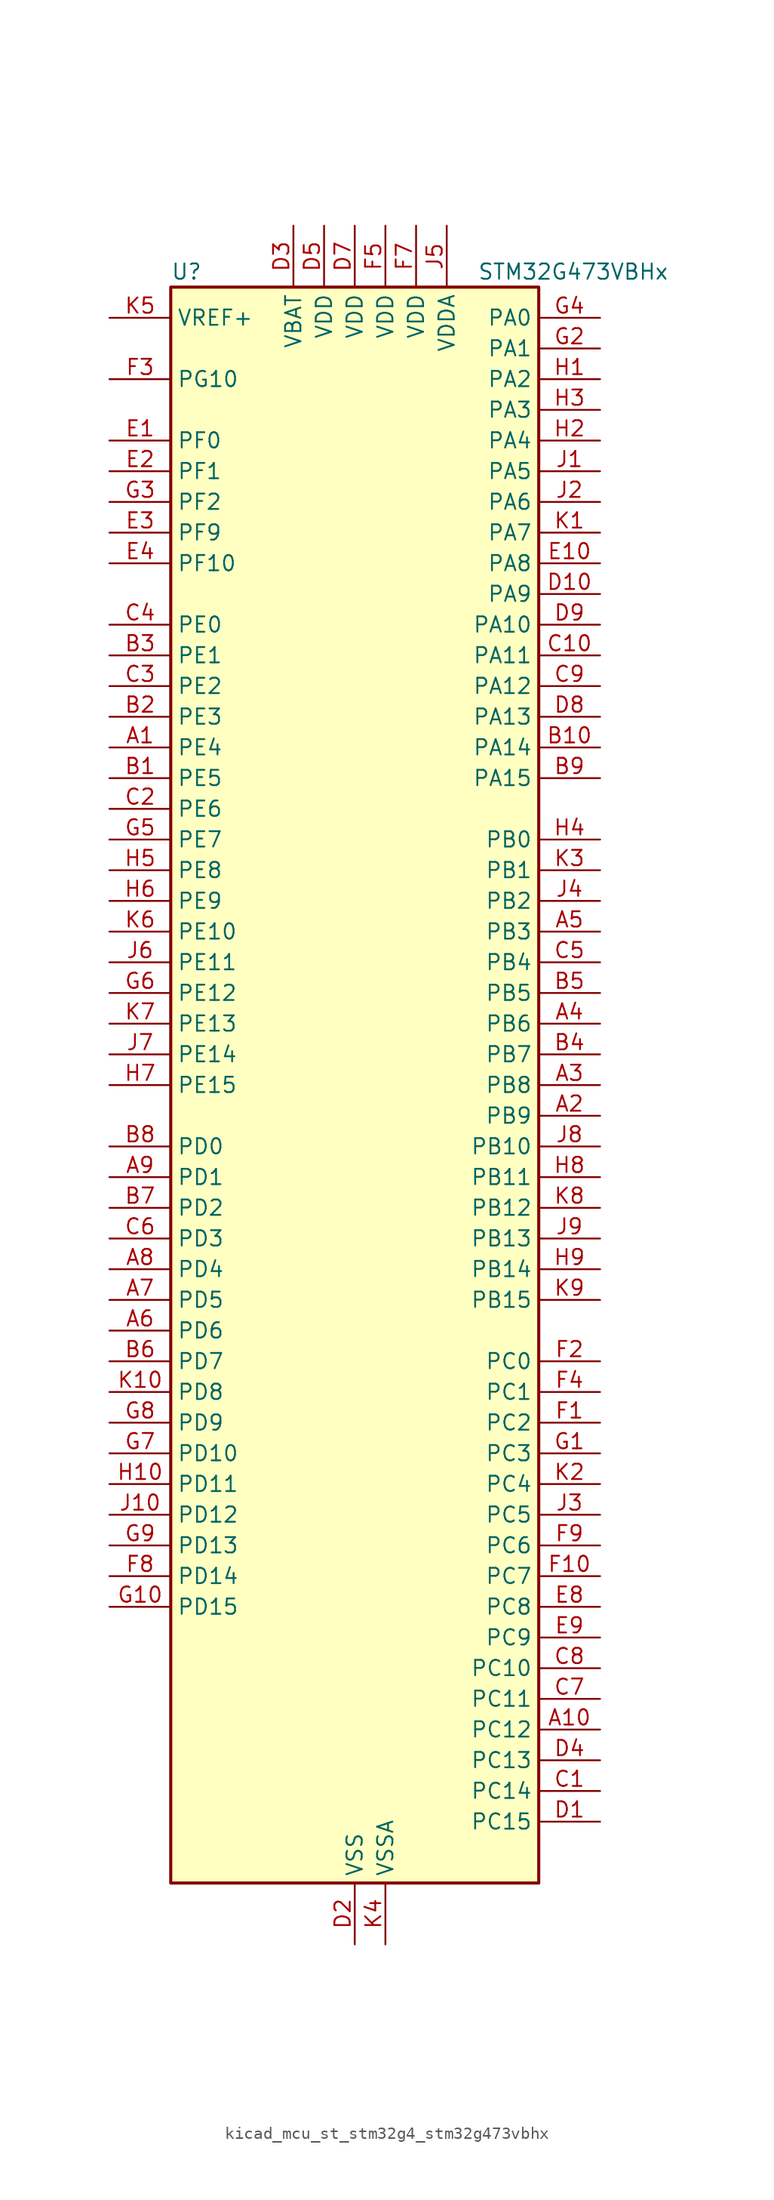
<source format=kicad_sym>
(kicad_symbol_lib
  (version 20220914)
  (generator kicad_symbol_editor)
  (symbol "kicad_mcu_st_stm32g4_stm32g473vbhx"
    (property "Reference" "U"
      (at -15.24 67.31 0)
      (effects (font (size 1.27 1.27)) (justify left)))
    (property "Value" "STM32G473VBHx"
      (at 10.16 67.31 0)
      (effects (font (size 1.27 1.27)) (justify left)))
    (property "ki_locked" ""
      (at 0 0 0)
      (effects (font (size 1.27 1.27))))
    (symbol "kicad_mcu_st_stm32g4_stm32g473vbhx_0_1"
      (rectangle (start -15.24 -66.04) (end 15.24 66.04) (stroke (width 0.254) (type default)) (fill (type background))))
    (symbol "kicad_mcu_st_stm32g4_stm32g473vbhx_1_1"
      (pin bidirectional line (at -20.32 27.94 0) (length 5.08) (name "PE4" (effects (font (size 1.27 1.27)))) (number "A1" (effects (font (size 1.27 1.27)))) (alternate "FMC_A20" bidirectional line) (alternate "SAI1_D2" bidirectional line) (alternate "SAI1_FS_A" bidirectional line) (alternate "SPI4_NSS" bidirectional line) (alternate "SYS_TRACED1" bidirectional line) (alternate "TIM20_CH1N" bidirectional line) (alternate "TIM3_CH3" bidirectional line))
      (pin bidirectional line (at 20.32 -53.34 180) (length 5.08) (name "PC12" (effects (font (size 1.27 1.27)))) (number "A10" (effects (font (size 1.27 1.27)))) (alternate "I2S3_SD" bidirectional line) (alternate "SPI3_MOSI" bidirectional line) (alternate "TIM5_CH2" bidirectional line) (alternate "TIM8_CH3N" bidirectional line) (alternate "UART5_TX" bidirectional line) (alternate "UCPD1_FRSTX1" bidirectional line) (alternate "UCPD1_FRSTX2" bidirectional line) (alternate "USART3_CK" bidirectional line))
      (pin bidirectional line (at 20.32 -2.54 180) (length 5.08) (name "PB9" (effects (font (size 1.27 1.27)))) (number "A2" (effects (font (size 1.27 1.27)))) (alternate "COMP2_OUT" bidirectional line) (alternate "DAC1_EXTI9" bidirectional line) (alternate "DAC2_EXTI9" bidirectional line) (alternate "DAC3_EXTI9" bidirectional line) (alternate "DAC4_EXTI9" bidirectional line) (alternate "FDCAN1_TX" bidirectional line) (alternate "I2C1_SDA" bidirectional line) (alternate "IR_OUT" bidirectional line) (alternate "SAI1_D2" bidirectional line) (alternate "SAI1_FS_A" bidirectional line) (alternate "TIM17_CH1" bidirectional line) (alternate "TIM1_CH3N" bidirectional line) (alternate "TIM4_CH4" bidirectional line) (alternate "TIM8_CH3" bidirectional line) (alternate "USART3_TX" bidirectional line))
      (pin bidirectional line (at 20.32 0 180) (length 5.08) (name "PB8" (effects (font (size 1.27 1.27)))) (number "A3" (effects (font (size 1.27 1.27)))) (alternate "COMP1_OUT" bidirectional line) (alternate "FDCAN1_RX" bidirectional line) (alternate "I2C1_SCL" bidirectional line) (alternate "SAI1_CK1" bidirectional line) (alternate "SAI1_MCLK_A" bidirectional line) (alternate "TIM16_CH1" bidirectional line) (alternate "TIM1_BKIN" bidirectional line) (alternate "TIM4_CH3" bidirectional line) (alternate "TIM8_CH2" bidirectional line) (alternate "USART3_RX" bidirectional line))
      (pin bidirectional line (at 20.32 5.08 180) (length 5.08) (name "PB6" (effects (font (size 1.27 1.27)))) (number "A4" (effects (font (size 1.27 1.27)))) (alternate "COMP4_OUT" bidirectional line) (alternate "FDCAN2_TX" bidirectional line) (alternate "LPTIM1_ETR" bidirectional line) (alternate "SAI1_FS_B" bidirectional line) (alternate "TIM16_CH1N" bidirectional line) (alternate "TIM4_CH1" bidirectional line) (alternate "TIM8_BKIN2" bidirectional line) (alternate "TIM8_CH1" bidirectional line) (alternate "TIM8_ETR" bidirectional line) (alternate "UCPD1_CC1" bidirectional line) (alternate "USART1_TX" bidirectional line))
      (pin bidirectional line (at 20.32 12.7 180) (length 5.08) (name "PB3" (effects (font (size 1.27 1.27)))) (number "A5" (effects (font (size 1.27 1.27)))) (alternate "ADC3_EXTI3" bidirectional line) (alternate "ADC4_EXTI3" bidirectional line) (alternate "ADC5_EXTI3" bidirectional line) (alternate "CRS_SYNC" bidirectional line) (alternate "FDCAN3_RX" bidirectional line) (alternate "I2S3_CK" bidirectional line) (alternate "SAI1_SCK_B" bidirectional line) (alternate "SPI1_SCK" bidirectional line) (alternate "SPI3_SCK" bidirectional line) (alternate "SYS_JTDO-SWO" bidirectional line) (alternate "TIM2_CH2" bidirectional line) (alternate "TIM3_ETR" bidirectional line) (alternate "TIM4_ETR" bidirectional line) (alternate "TIM8_CH1N" bidirectional line) (alternate "USART2_TX" bidirectional line))
      (pin bidirectional line (at -20.32 -20.32 0) (length 5.08) (name "PD6" (effects (font (size 1.27 1.27)))) (number "A6" (effects (font (size 1.27 1.27)))) (alternate "FMC_NWAIT" bidirectional line) (alternate "QUADSPI1_BK2_IO2" bidirectional line) (alternate "SAI1_D1" bidirectional line) (alternate "SAI1_SD_A" bidirectional line) (alternate "TIM2_CH4" bidirectional line) (alternate "USART2_RX" bidirectional line))
      (pin bidirectional line (at -20.32 -17.78 0) (length 5.08) (name "PD5" (effects (font (size 1.27 1.27)))) (number "A7" (effects (font (size 1.27 1.27)))) (alternate "FMC_NWE" bidirectional line) (alternate "QUADSPI1_BK2_IO1" bidirectional line) (alternate "USART2_TX" bidirectional line))
      (pin bidirectional line (at -20.32 -15.24 0) (length 5.08) (name "PD4" (effects (font (size 1.27 1.27)))) (number "A8" (effects (font (size 1.27 1.27)))) (alternate "FMC_NOE" bidirectional line) (alternate "QUADSPI1_BK2_IO0" bidirectional line) (alternate "TIM2_CH2" bidirectional line) (alternate "USART2_DE" bidirectional line) (alternate "USART2_RTS" bidirectional line))
      (pin bidirectional line (at -20.32 -7.62 0) (length 5.08) (name "PD1" (effects (font (size 1.27 1.27)))) (number "A9" (effects (font (size 1.27 1.27)))) (alternate "FDCAN1_TX" bidirectional line) (alternate "FMC_D3" bidirectional line) (alternate "FMC_DA3" bidirectional line) (alternate "TIM8_BKIN2" bidirectional line) (alternate "TIM8_CH4" bidirectional line))
      (pin bidirectional line (at -20.32 25.4 0) (length 5.08) (name "PE5" (effects (font (size 1.27 1.27)))) (number "B1" (effects (font (size 1.27 1.27)))) (alternate "FMC_A21" bidirectional line) (alternate "SAI1_CK2" bidirectional line) (alternate "SAI1_SCK_A" bidirectional line) (alternate "SPI4_MISO" bidirectional line) (alternate "SYS_TRACED2" bidirectional line) (alternate "TIM20_CH2N" bidirectional line) (alternate "TIM3_CH4" bidirectional line))
      (pin bidirectional line (at 20.32 27.94 180) (length 5.08) (name "PA14" (effects (font (size 1.27 1.27)))) (number "B10" (effects (font (size 1.27 1.27)))) (alternate "I2C1_SDA" bidirectional line) (alternate "I2C4_SMBA" bidirectional line) (alternate "LPTIM1_OUT" bidirectional line) (alternate "SAI1_FS_B" bidirectional line) (alternate "SYS_JTCK-SWCLK" bidirectional line) (alternate "TIM1_BKIN" bidirectional line) (alternate "TIM8_CH2" bidirectional line) (alternate "USART2_TX" bidirectional line))
      (pin bidirectional line (at -20.32 30.48 0) (length 5.08) (name "PE3" (effects (font (size 1.27 1.27)))) (number "B2" (effects (font (size 1.27 1.27)))) (alternate "ADC3_EXTI3" bidirectional line) (alternate "ADC4_EXTI3" bidirectional line) (alternate "ADC5_EXTI3" bidirectional line) (alternate "FMC_A19" bidirectional line) (alternate "SAI1_SD_B" bidirectional line) (alternate "SPI4_NSS" bidirectional line) (alternate "SYS_TRACED0" bidirectional line) (alternate "TIM20_CH2" bidirectional line) (alternate "TIM3_CH2" bidirectional line))
      (pin bidirectional line (at -20.32 35.56 0) (length 5.08) (name "PE1" (effects (font (size 1.27 1.27)))) (number "B3" (effects (font (size 1.27 1.27)))) (alternate "FMC_NBL1" bidirectional line) (alternate "TIM17_CH1" bidirectional line) (alternate "TIM20_CH4" bidirectional line) (alternate "USART1_RX" bidirectional line))
      (pin bidirectional line (at 20.32 2.54 180) (length 5.08) (name "PB7" (effects (font (size 1.27 1.27)))) (number "B4" (effects (font (size 1.27 1.27)))) (alternate "COMP3_OUT" bidirectional line) (alternate "FMC_NL" bidirectional line) (alternate "I2C1_SDA" bidirectional line) (alternate "I2C4_SDA" bidirectional line) (alternate "LPTIM1_IN2" bidirectional line) (alternate "SYS_PVD_IN" bidirectional line) (alternate "TIM17_CH1N" bidirectional line) (alternate "TIM3_CH4" bidirectional line) (alternate "TIM4_CH2" bidirectional line) (alternate "TIM8_BKIN" bidirectional line) (alternate "UART4_CTS" bidirectional line) (alternate "USART1_RX" bidirectional line))
      (pin bidirectional line (at 20.32 7.62 180) (length 5.08) (name "PB5" (effects (font (size 1.27 1.27)))) (number "B5" (effects (font (size 1.27 1.27)))) (alternate "FDCAN2_RX" bidirectional line) (alternate "I2C1_SMBA" bidirectional line) (alternate "I2C3_SDA" bidirectional line) (alternate "I2S3_SD" bidirectional line) (alternate "LPTIM1_IN1" bidirectional line) (alternate "SAI1_SD_B" bidirectional line) (alternate "SPI1_MOSI" bidirectional line) (alternate "SPI3_MOSI" bidirectional line) (alternate "TIM16_BKIN" bidirectional line) (alternate "TIM17_CH1" bidirectional line) (alternate "TIM3_CH2" bidirectional line) (alternate "TIM8_CH3N" bidirectional line) (alternate "UART5_CTS" bidirectional line) (alternate "USART2_CK" bidirectional line))
      (pin bidirectional line (at -20.32 -22.86 0) (length 5.08) (name "PD7" (effects (font (size 1.27 1.27)))) (number "B6" (effects (font (size 1.27 1.27)))) (alternate "FMC_NCE" bidirectional line) (alternate "FMC_NE1" bidirectional line) (alternate "QUADSPI1_BK2_IO3" bidirectional line) (alternate "TIM2_CH3" bidirectional line) (alternate "USART2_CK" bidirectional line))
      (pin bidirectional line (at -20.32 -10.16 0) (length 5.08) (name "PD2" (effects (font (size 1.27 1.27)))) (number "B7" (effects (font (size 1.27 1.27)))) (alternate "ADC3_EXTI2" bidirectional line) (alternate "ADC4_EXTI2" bidirectional line) (alternate "ADC5_EXTI2" bidirectional line) (alternate "TIM3_ETR" bidirectional line) (alternate "TIM8_BKIN" bidirectional line) (alternate "UART5_RX" bidirectional line))
      (pin bidirectional line (at -20.32 -5.08 0) (length 5.08) (name "PD0" (effects (font (size 1.27 1.27)))) (number "B8" (effects (font (size 1.27 1.27)))) (alternate "FDCAN1_RX" bidirectional line) (alternate "FMC_D2" bidirectional line) (alternate "FMC_DA2" bidirectional line) (alternate "TIM8_CH4N" bidirectional line))
      (pin bidirectional line (at 20.32 25.4 180) (length 5.08) (name "PA15" (effects (font (size 1.27 1.27)))) (number "B9" (effects (font (size 1.27 1.27)))) (alternate "ADC1_EXTI15" bidirectional line) (alternate "ADC2_EXTI15" bidirectional line) (alternate "FDCAN3_TX" bidirectional line) (alternate "I2C1_SCL" bidirectional line) (alternate "I2S3_WS" bidirectional line) (alternate "SPI1_NSS" bidirectional line) (alternate "SPI3_NSS" bidirectional line) (alternate "SYS_JTDI" bidirectional line) (alternate "TIM1_BKIN" bidirectional line) (alternate "TIM2_CH1" bidirectional line) (alternate "TIM2_ETR" bidirectional line) (alternate "TIM8_CH1" bidirectional line) (alternate "UART4_DE" bidirectional line) (alternate "UART4_RTS" bidirectional line) (alternate "USART2_RX" bidirectional line))
      (pin bidirectional line (at 20.32 -58.42 180) (length 5.08) (name "PC14" (effects (font (size 1.27 1.27)))) (number "C1" (effects (font (size 1.27 1.27)))) (alternate "RCC_OSC32_IN" bidirectional line))
      (pin bidirectional line (at 20.32 35.56 180) (length 5.08) (name "PA11" (effects (font (size 1.27 1.27)))) (number "C10" (effects (font (size 1.27 1.27)))) (alternate "ADC1_EXTI11" bidirectional line) (alternate "ADC2_EXTI11" bidirectional line) (alternate "COMP1_OUT" bidirectional line) (alternate "FDCAN1_RX" bidirectional line) (alternate "I2S2_SD" bidirectional line) (alternate "SPI2_MOSI" bidirectional line) (alternate "TIM1_BKIN2" bidirectional line) (alternate "TIM1_CH1N" bidirectional line) (alternate "TIM1_CH4" bidirectional line) (alternate "TIM4_CH1" bidirectional line) (alternate "USART1_CTS" bidirectional line) (alternate "USART1_NSS" bidirectional line) (alternate "USB_DM" bidirectional line))
      (pin bidirectional line (at -20.32 22.86 0) (length 5.08) (name "PE6" (effects (font (size 1.27 1.27)))) (number "C2" (effects (font (size 1.27 1.27)))) (alternate "FMC_A22" bidirectional line) (alternate "RTC_TAMP3" bidirectional line) (alternate "SAI1_D1" bidirectional line) (alternate "SAI1_SD_A" bidirectional line) (alternate "SPI4_MOSI" bidirectional line) (alternate "SYS_TRACED3" bidirectional line) (alternate "SYS_WKUP3" bidirectional line) (alternate "TIM20_CH3N" bidirectional line))
      (pin bidirectional line (at -20.32 33.02 0) (length 5.08) (name "PE2" (effects (font (size 1.27 1.27)))) (number "C3" (effects (font (size 1.27 1.27)))) (alternate "ADC3_EXTI2" bidirectional line) (alternate "ADC4_EXTI2" bidirectional line) (alternate "ADC5_EXTI2" bidirectional line) (alternate "FMC_A23" bidirectional line) (alternate "SAI1_CK1" bidirectional line) (alternate "SAI1_MCLK_A" bidirectional line) (alternate "SPI4_SCK" bidirectional line) (alternate "SYS_TRACECLK" bidirectional line) (alternate "TIM20_CH1" bidirectional line) (alternate "TIM3_CH1" bidirectional line))
      (pin bidirectional line (at -20.32 38.1 0) (length 5.08) (name "PE0" (effects (font (size 1.27 1.27)))) (number "C4" (effects (font (size 1.27 1.27)))) (alternate "FMC_NBL0" bidirectional line) (alternate "TIM16_CH1" bidirectional line) (alternate "TIM20_CH4N" bidirectional line) (alternate "TIM20_ETR" bidirectional line) (alternate "TIM4_ETR" bidirectional line) (alternate "USART1_TX" bidirectional line))
      (pin bidirectional line (at 20.32 10.16 180) (length 5.08) (name "PB4" (effects (font (size 1.27 1.27)))) (number "C5" (effects (font (size 1.27 1.27)))) (alternate "FDCAN3_TX" bidirectional line) (alternate "SAI1_MCLK_B" bidirectional line) (alternate "SPI1_MISO" bidirectional line) (alternate "SPI3_MISO" bidirectional line) (alternate "SYS_JTRST" bidirectional line) (alternate "TIM16_CH1" bidirectional line) (alternate "TIM17_BKIN" bidirectional line) (alternate "TIM3_CH1" bidirectional line) (alternate "TIM8_CH2N" bidirectional line) (alternate "UART5_DE" bidirectional line) (alternate "UART5_RTS" bidirectional line) (alternate "UCPD1_CC2" bidirectional line) (alternate "USART2_RX" bidirectional line))
      (pin bidirectional line (at -20.32 -12.7 0) (length 5.08) (name "PD3" (effects (font (size 1.27 1.27)))) (number "C6" (effects (font (size 1.27 1.27)))) (alternate "ADC3_EXTI3" bidirectional line) (alternate "ADC4_EXTI3" bidirectional line) (alternate "ADC5_EXTI3" bidirectional line) (alternate "FMC_CLK" bidirectional line) (alternate "QUADSPI1_BK2_NCS" bidirectional line) (alternate "TIM2_CH1" bidirectional line) (alternate "TIM2_ETR" bidirectional line) (alternate "USART2_CTS" bidirectional line) (alternate "USART2_NSS" bidirectional line))
      (pin bidirectional line (at 20.32 -50.8 180) (length 5.08) (name "PC11" (effects (font (size 1.27 1.27)))) (number "C7" (effects (font (size 1.27 1.27)))) (alternate "ADC1_EXTI11" bidirectional line) (alternate "ADC2_EXTI11" bidirectional line) (alternate "I2C3_SDA" bidirectional line) (alternate "SPI3_MISO" bidirectional line) (alternate "TIM8_CH2N" bidirectional line) (alternate "UART4_RX" bidirectional line) (alternate "USART3_RX" bidirectional line))
      (pin bidirectional line (at 20.32 -48.26 180) (length 5.08) (name "PC10" (effects (font (size 1.27 1.27)))) (number "C8" (effects (font (size 1.27 1.27)))) (alternate "DAC1_EXTI10" bidirectional line) (alternate "DAC2_EXTI10" bidirectional line) (alternate "DAC3_EXTI10" bidirectional line) (alternate "DAC4_EXTI10" bidirectional line) (alternate "I2S3_CK" bidirectional line) (alternate "SPI3_SCK" bidirectional line) (alternate "TIM8_CH1N" bidirectional line) (alternate "UART4_TX" bidirectional line) (alternate "USART3_TX" bidirectional line))
      (pin bidirectional line (at 20.32 33.02 180) (length 5.08) (name "PA12" (effects (font (size 1.27 1.27)))) (number "C9" (effects (font (size 1.27 1.27)))) (alternate "COMP2_OUT" bidirectional line) (alternate "FDCAN1_TX" bidirectional line) (alternate "I2S_CKIN" bidirectional line) (alternate "TIM16_CH1" bidirectional line) (alternate "TIM1_CH2N" bidirectional line) (alternate "TIM1_ETR" bidirectional line) (alternate "TIM4_CH2" bidirectional line) (alternate "USART1_DE" bidirectional line) (alternate "USART1_RTS" bidirectional line) (alternate "USB_DP" bidirectional line))
      (pin bidirectional line (at 20.32 -60.96 180) (length 5.08) (name "PC15" (effects (font (size 1.27 1.27)))) (number "D1" (effects (font (size 1.27 1.27)))) (alternate "ADC1_EXTI15" bidirectional line) (alternate "ADC2_EXTI15" bidirectional line) (alternate "RCC_OSC32_OUT" bidirectional line))
      (pin bidirectional line (at 20.32 40.64 180) (length 5.08) (name "PA9" (effects (font (size 1.27 1.27)))) (number "D10" (effects (font (size 1.27 1.27)))) (alternate "ADC5_IN2" bidirectional line) (alternate "COMP5_OUT" bidirectional line) (alternate "DAC1_EXTI9" bidirectional line) (alternate "DAC2_EXTI9" bidirectional line) (alternate "DAC3_EXTI9" bidirectional line) (alternate "DAC4_EXTI9" bidirectional line) (alternate "I2C2_SCL" bidirectional line) (alternate "I2C3_SMBA" bidirectional line) (alternate "I2S3_MCK" bidirectional line) (alternate "SAI1_FS_A" bidirectional line) (alternate "TIM15_BKIN" bidirectional line) (alternate "TIM1_CH2" bidirectional line) (alternate "TIM2_CH3" bidirectional line) (alternate "UCPD1_DBCC1" bidirectional line) (alternate "USART1_TX" bidirectional line))
      (pin power_in line (at 0 -71.12 90) (length 5.08) (name "VSS" (effects (font (size 1.27 1.27)))) (number "D2" (effects (font (size 1.27 1.27)))))
      (pin power_in line (at -5.08 71.12 270) (length 5.08) (name "VBAT" (effects (font (size 1.27 1.27)))) (number "D3" (effects (font (size 1.27 1.27)))))
      (pin bidirectional line (at 20.32 -55.88 180) (length 5.08) (name "PC13" (effects (font (size 1.27 1.27)))) (number "D4" (effects (font (size 1.27 1.27)))) (alternate "RTC_OUT1" bidirectional line) (alternate "RTC_TAMP1" bidirectional line) (alternate "RTC_TS" bidirectional line) (alternate "SYS_WKUP2" bidirectional line) (alternate "TIM1_BKIN" bidirectional line) (alternate "TIM1_CH1N" bidirectional line) (alternate "TIM8_CH4N" bidirectional line))
      (pin power_in line (at -2.54 71.12 270) (length 5.08) (name "VDD" (effects (font (size 1.27 1.27)))) (number "D5" (effects (font (size 1.27 1.27)))))
      (pin passive line (at 0 -71.12 90) (length 5.08) hide (name "VSS" (effects (font (size 1.27 1.27)))) (number "D6" (effects (font (size 1.27 1.27)))))
      (pin power_in line (at 0 71.12 270) (length 5.08) (name "VDD" (effects (font (size 1.27 1.27)))) (number "D7" (effects (font (size 1.27 1.27)))))
      (pin bidirectional line (at 20.32 30.48 180) (length 5.08) (name "PA13" (effects (font (size 1.27 1.27)))) (number "D8" (effects (font (size 1.27 1.27)))) (alternate "I2C1_SCL" bidirectional line) (alternate "I2C4_SCL" bidirectional line) (alternate "IR_OUT" bidirectional line) (alternate "SAI1_SD_B" bidirectional line) (alternate "SYS_JTMS-SWDIO" bidirectional line) (alternate "TIM16_CH1N" bidirectional line) (alternate "TIM4_CH3" bidirectional line) (alternate "USART3_CTS" bidirectional line) (alternate "USART3_NSS" bidirectional line))
      (pin bidirectional line (at 20.32 38.1 180) (length 5.08) (name "PA10" (effects (font (size 1.27 1.27)))) (number "D9" (effects (font (size 1.27 1.27)))) (alternate "COMP6_OUT" bidirectional line) (alternate "CRS_SYNC" bidirectional line) (alternate "DAC1_EXTI10" bidirectional line) (alternate "DAC2_EXTI10" bidirectional line) (alternate "DAC3_EXTI10" bidirectional line) (alternate "DAC4_EXTI10" bidirectional line) (alternate "I2C2_SMBA" bidirectional line) (alternate "SAI1_D1" bidirectional line) (alternate "SAI1_SD_A" bidirectional line) (alternate "SPI2_MISO" bidirectional line) (alternate "TIM17_BKIN" bidirectional line) (alternate "TIM1_CH3" bidirectional line) (alternate "TIM2_CH4" bidirectional line) (alternate "TIM8_BKIN" bidirectional line) (alternate "UCPD1_DBCC2" bidirectional line) (alternate "USART1_RX" bidirectional line))
      (pin bidirectional line (at -20.32 53.34 0) (length 5.08) (name "PF0" (effects (font (size 1.27 1.27)))) (number "E1" (effects (font (size 1.27 1.27)))) (alternate "ADC1_IN10" bidirectional line) (alternate "I2C2_SDA" bidirectional line) (alternate "I2S2_WS" bidirectional line) (alternate "RCC_OSC_IN" bidirectional line) (alternate "SPI2_NSS" bidirectional line) (alternate "TIM1_CH3N" bidirectional line))
      (pin bidirectional line (at 20.32 43.18 180) (length 5.08) (name "PA8" (effects (font (size 1.27 1.27)))) (number "E10" (effects (font (size 1.27 1.27)))) (alternate "ADC5_IN1" bidirectional line) (alternate "COMP7_OUT" bidirectional line) (alternate "FDCAN3_RX" bidirectional line) (alternate "I2C2_SDA" bidirectional line) (alternate "I2C3_SCL" bidirectional line) (alternate "I2S2_MCK" bidirectional line) (alternate "OPAMP5_VOUT" bidirectional line) (alternate "RCC_MCO" bidirectional line) (alternate "SAI1_CK2" bidirectional line) (alternate "SAI1_SCK_A" bidirectional line) (alternate "TIM1_CH1" bidirectional line) (alternate "TIM4_ETR" bidirectional line) (alternate "USART1_CK" bidirectional line))
      (pin bidirectional line (at -20.32 50.8 0) (length 5.08) (name "PF1" (effects (font (size 1.27 1.27)))) (number "E2" (effects (font (size 1.27 1.27)))) (alternate "ADC2_IN10" bidirectional line) (alternate "COMP3_INM" bidirectional line) (alternate "I2S2_CK" bidirectional line) (alternate "RCC_OSC_OUT" bidirectional line) (alternate "SPI2_SCK" bidirectional line))
      (pin bidirectional line (at -20.32 45.72 0) (length 5.08) (name "PF9" (effects (font (size 1.27 1.27)))) (number "E3" (effects (font (size 1.27 1.27)))) (alternate "DAC1_EXTI9" bidirectional line) (alternate "DAC2_EXTI9" bidirectional line) (alternate "DAC3_EXTI9" bidirectional line) (alternate "DAC4_EXTI9" bidirectional line) (alternate "FMC_A25" bidirectional line) (alternate "QUADSPI1_BK1_IO1" bidirectional line) (alternate "SAI1_FS_B" bidirectional line) (alternate "SPI2_SCK" bidirectional line) (alternate "TIM15_CH1" bidirectional line) (alternate "TIM20_BKIN" bidirectional line) (alternate "TIM5_CH4" bidirectional line))
      (pin bidirectional line (at -20.32 43.18 0) (length 5.08) (name "PF10" (effects (font (size 1.27 1.27)))) (number "E4" (effects (font (size 1.27 1.27)))) (alternate "DAC1_EXTI10" bidirectional line) (alternate "DAC2_EXTI10" bidirectional line) (alternate "DAC3_EXTI10" bidirectional line) (alternate "DAC4_EXTI10" bidirectional line) (alternate "FMC_A0" bidirectional line) (alternate "QUADSPI1_CLK" bidirectional line) (alternate "SAI1_D3" bidirectional line) (alternate "SPI2_SCK" bidirectional line) (alternate "TIM15_CH2" bidirectional line) (alternate "TIM20_BKIN2" bidirectional line))
      (pin passive line (at 0 -71.12 90) (length 5.08) hide (name "VSS" (effects (font (size 1.27 1.27)))) (number "E5" (effects (font (size 1.27 1.27)))))
      (pin passive line (at 0 -71.12 90) (length 5.08) hide (name "VSS" (effects (font (size 1.27 1.27)))) (number "E6" (effects (font (size 1.27 1.27)))))
      (pin passive line (at 0 -71.12 90) (length 5.08) hide (name "VSS" (effects (font (size 1.27 1.27)))) (number "E7" (effects (font (size 1.27 1.27)))))
      (pin bidirectional line (at 20.32 -43.18 180) (length 5.08) (name "PC8" (effects (font (size 1.27 1.27)))) (number "E8" (effects (font (size 1.27 1.27)))) (alternate "COMP7_OUT" bidirectional line) (alternate "I2C3_SCL" bidirectional line) (alternate "TIM20_CH3" bidirectional line) (alternate "TIM3_CH3" bidirectional line) (alternate "TIM8_CH3" bidirectional line))
      (pin bidirectional line (at 20.32 -45.72 180) (length 5.08) (name "PC9" (effects (font (size 1.27 1.27)))) (number "E9" (effects (font (size 1.27 1.27)))) (alternate "DAC1_EXTI9" bidirectional line) (alternate "DAC2_EXTI9" bidirectional line) (alternate "DAC3_EXTI9" bidirectional line) (alternate "DAC4_EXTI9" bidirectional line) (alternate "I2C3_SDA" bidirectional line) (alternate "I2S_CKIN" bidirectional line) (alternate "TIM3_CH4" bidirectional line) (alternate "TIM8_BKIN2" bidirectional line) (alternate "TIM8_CH4" bidirectional line))
      (pin bidirectional line (at 20.32 -27.94 180) (length 5.08) (name "PC2" (effects (font (size 1.27 1.27)))) (number "F1" (effects (font (size 1.27 1.27)))) (alternate "ADC1_IN8" bidirectional line) (alternate "ADC2_IN8" bidirectional line) (alternate "ADC3_EXTI2" bidirectional line) (alternate "ADC4_EXTI2" bidirectional line) (alternate "ADC5_EXTI2" bidirectional line) (alternate "COMP3_OUT" bidirectional line) (alternate "LPTIM1_IN2" bidirectional line) (alternate "QUADSPI1_BK2_IO1" bidirectional line) (alternate "TIM1_CH3" bidirectional line) (alternate "TIM20_CH2" bidirectional line))
      (pin bidirectional line (at 20.32 -40.64 180) (length 5.08) (name "PC7" (effects (font (size 1.27 1.27)))) (number "F10" (effects (font (size 1.27 1.27)))) (alternate "COMP5_OUT" bidirectional line) (alternate "I2C4_SDA" bidirectional line) (alternate "I2S3_MCK" bidirectional line) (alternate "TIM3_CH2" bidirectional line) (alternate "TIM8_CH2" bidirectional line))
      (pin bidirectional line (at 20.32 -22.86 180) (length 5.08) (name "PC0" (effects (font (size 1.27 1.27)))) (number "F2" (effects (font (size 1.27 1.27)))) (alternate "ADC1_IN6" bidirectional line) (alternate "ADC2_IN6" bidirectional line) (alternate "COMP3_INM" bidirectional line) (alternate "LPTIM1_IN1" bidirectional line) (alternate "LPUART1_RX" bidirectional line) (alternate "TIM1_CH1" bidirectional line))
      (pin bidirectional line (at -20.32 58.42 0) (length 5.08) (name "PG10" (effects (font (size 1.27 1.27)))) (number "F3" (effects (font (size 1.27 1.27)))) (alternate "DAC1_EXTI10" bidirectional line) (alternate "DAC2_EXTI10" bidirectional line) (alternate "DAC3_EXTI10" bidirectional line) (alternate "DAC4_EXTI10" bidirectional line) (alternate "RCC_MCO" bidirectional line))
      (pin bidirectional line (at 20.32 -25.4 180) (length 5.08) (name "PC1" (effects (font (size 1.27 1.27)))) (number "F4" (effects (font (size 1.27 1.27)))) (alternate "ADC1_IN7" bidirectional line) (alternate "ADC2_IN7" bidirectional line) (alternate "COMP3_INP" bidirectional line) (alternate "LPTIM1_OUT" bidirectional line) (alternate "LPUART1_TX" bidirectional line) (alternate "QUADSPI1_BK2_IO0" bidirectional line) (alternate "SAI1_SD_A" bidirectional line) (alternate "TIM1_CH2" bidirectional line))
      (pin power_in line (at 2.54 71.12 270) (length 5.08) (name "VDD" (effects (font (size 1.27 1.27)))) (number "F5" (effects (font (size 1.27 1.27)))))
      (pin passive line (at 0 -71.12 90) (length 5.08) hide (name "VSS" (effects (font (size 1.27 1.27)))) (number "F6" (effects (font (size 1.27 1.27)))))
      (pin power_in line (at 5.08 71.12 270) (length 5.08) (name "VDD" (effects (font (size 1.27 1.27)))) (number "F7" (effects (font (size 1.27 1.27)))))
      (pin bidirectional line (at -20.32 -40.64 0) (length 5.08) (name "PD14" (effects (font (size 1.27 1.27)))) (number "F8" (effects (font (size 1.27 1.27)))) (alternate "ADC3_IN11" bidirectional line) (alternate "ADC4_IN11" bidirectional line) (alternate "ADC5_IN11" bidirectional line) (alternate "COMP7_INP" bidirectional line) (alternate "FMC_D0" bidirectional line) (alternate "FMC_DA0" bidirectional line) (alternate "OPAMP2_VINP" bidirectional line) (alternate "OPAMP2_VINP_SEC" bidirectional line) (alternate "TIM4_CH3" bidirectional line))
      (pin bidirectional line (at 20.32 -38.1 180) (length 5.08) (name "PC6" (effects (font (size 1.27 1.27)))) (number "F9" (effects (font (size 1.27 1.27)))) (alternate "COMP6_OUT" bidirectional line) (alternate "I2C4_SCL" bidirectional line) (alternate "I2S2_MCK" bidirectional line) (alternate "TIM3_CH1" bidirectional line) (alternate "TIM8_CH1" bidirectional line))
      (pin bidirectional line (at 20.32 -30.48 180) (length 5.08) (name "PC3" (effects (font (size 1.27 1.27)))) (number "G1" (effects (font (size 1.27 1.27)))) (alternate "ADC1_IN9" bidirectional line) (alternate "ADC2_IN9" bidirectional line) (alternate "ADC3_EXTI3" bidirectional line) (alternate "ADC4_EXTI3" bidirectional line) (alternate "ADC5_EXTI3" bidirectional line) (alternate "LPTIM1_ETR" bidirectional line) (alternate "OPAMP5_VINP" bidirectional line) (alternate "OPAMP5_VINP_SEC" bidirectional line) (alternate "QUADSPI1_BK2_IO2" bidirectional line) (alternate "SAI1_D1" bidirectional line) (alternate "SAI1_SD_A" bidirectional line) (alternate "TIM1_BKIN2" bidirectional line) (alternate "TIM1_CH4" bidirectional line))
      (pin bidirectional line (at -20.32 -43.18 0) (length 5.08) (name "PD15" (effects (font (size 1.27 1.27)))) (number "G10" (effects (font (size 1.27 1.27)))) (alternate "ADC1_EXTI15" bidirectional line) (alternate "ADC2_EXTI15" bidirectional line) (alternate "COMP7_INM" bidirectional line) (alternate "FMC_D1" bidirectional line) (alternate "FMC_DA1" bidirectional line) (alternate "SPI2_NSS" bidirectional line) (alternate "TIM4_CH4" bidirectional line))
      (pin bidirectional line (at 20.32 60.96 180) (length 5.08) (name "PA1" (effects (font (size 1.27 1.27)))) (number "G2" (effects (font (size 1.27 1.27)))) (alternate "ADC1_IN2" bidirectional line) (alternate "ADC2_IN2" bidirectional line) (alternate "COMP1_INP" bidirectional line) (alternate "OPAMP1_VINP" bidirectional line) (alternate "OPAMP1_VINP_SEC" bidirectional line) (alternate "OPAMP3_VINP" bidirectional line) (alternate "OPAMP3_VINP_SEC" bidirectional line) (alternate "OPAMP6_VINM" bidirectional line) (alternate "OPAMP6_VINM0" bidirectional line) (alternate "OPAMP6_VINM_SEC" bidirectional line) (alternate "RTC_REFIN" bidirectional line) (alternate "TIM15_CH1N" bidirectional line) (alternate "TIM2_CH2" bidirectional line) (alternate "TIM5_CH2" bidirectional line) (alternate "USART2_DE" bidirectional line) (alternate "USART2_RTS" bidirectional line))
      (pin bidirectional line (at -20.32 48.26 0) (length 5.08) (name "PF2" (effects (font (size 1.27 1.27)))) (number "G3" (effects (font (size 1.27 1.27)))) (alternate "ADC3_EXTI2" bidirectional line) (alternate "ADC4_EXTI2" bidirectional line) (alternate "ADC5_EXTI2" bidirectional line) (alternate "FMC_A2" bidirectional line) (alternate "I2C2_SMBA" bidirectional line) (alternate "TIM20_CH3" bidirectional line))
      (pin bidirectional line (at 20.32 63.5 180) (length 5.08) (name "PA0" (effects (font (size 1.27 1.27)))) (number "G4" (effects (font (size 1.27 1.27)))) (alternate "ADC1_IN1" bidirectional line) (alternate "ADC2_IN1" bidirectional line) (alternate "COMP1_INM" bidirectional line) (alternate "COMP1_OUT" bidirectional line) (alternate "COMP3_INP" bidirectional line) (alternate "RTC_TAMP2" bidirectional line) (alternate "SYS_WKUP1" bidirectional line) (alternate "TIM2_CH1" bidirectional line) (alternate "TIM2_ETR" bidirectional line) (alternate "TIM5_CH1" bidirectional line) (alternate "TIM8_BKIN" bidirectional line) (alternate "TIM8_ETR" bidirectional line) (alternate "USART2_CTS" bidirectional line) (alternate "USART2_NSS" bidirectional line))
      (pin bidirectional line (at -20.32 20.32 0) (length 5.08) (name "PE7" (effects (font (size 1.27 1.27)))) (number "G5" (effects (font (size 1.27 1.27)))) (alternate "ADC3_IN4" bidirectional line) (alternate "COMP4_INP" bidirectional line) (alternate "FMC_D4" bidirectional line) (alternate "FMC_DA4" bidirectional line) (alternate "SAI1_SD_B" bidirectional line) (alternate "TIM1_ETR" bidirectional line))
      (pin bidirectional line (at -20.32 7.62 0) (length 5.08) (name "PE12" (effects (font (size 1.27 1.27)))) (number "G6" (effects (font (size 1.27 1.27)))) (alternate "ADC3_IN16" bidirectional line) (alternate "ADC4_IN16" bidirectional line) (alternate "ADC5_IN16" bidirectional line) (alternate "FMC_D9" bidirectional line) (alternate "FMC_DA9" bidirectional line) (alternate "QUADSPI1_BK1_IO0" bidirectional line) (alternate "SPI4_SCK" bidirectional line) (alternate "TIM1_CH3N" bidirectional line))
      (pin bidirectional line (at -20.32 -30.48 0) (length 5.08) (name "PD10" (effects (font (size 1.27 1.27)))) (number "G7" (effects (font (size 1.27 1.27)))) (alternate "ADC3_IN7" bidirectional line) (alternate "ADC4_IN7" bidirectional line) (alternate "ADC5_IN7" bidirectional line) (alternate "COMP6_INM" bidirectional line) (alternate "DAC1_EXTI10" bidirectional line) (alternate "DAC2_EXTI10" bidirectional line) (alternate "DAC3_EXTI10" bidirectional line) (alternate "DAC4_EXTI10" bidirectional line) (alternate "FMC_D15" bidirectional line) (alternate "FMC_DA15" bidirectional line) (alternate "USART3_CK" bidirectional line))
      (pin bidirectional line (at -20.32 -27.94 0) (length 5.08) (name "PD9" (effects (font (size 1.27 1.27)))) (number "G8" (effects (font (size 1.27 1.27)))) (alternate "ADC4_IN13" bidirectional line) (alternate "ADC5_IN13" bidirectional line) (alternate "DAC1_EXTI9" bidirectional line) (alternate "DAC2_EXTI9" bidirectional line) (alternate "DAC3_EXTI9" bidirectional line) (alternate "DAC4_EXTI9" bidirectional line) (alternate "FMC_D14" bidirectional line) (alternate "FMC_DA14" bidirectional line) (alternate "OPAMP6_VINP" bidirectional line) (alternate "OPAMP6_VINP_SEC" bidirectional line) (alternate "USART3_RX" bidirectional line))
      (pin bidirectional line (at -20.32 -38.1 0) (length 5.08) (name "PD13" (effects (font (size 1.27 1.27)))) (number "G9" (effects (font (size 1.27 1.27)))) (alternate "ADC3_IN10" bidirectional line) (alternate "ADC4_IN10" bidirectional line) (alternate "ADC5_IN10" bidirectional line) (alternate "COMP5_INM" bidirectional line) (alternate "FMC_A18" bidirectional line) (alternate "TIM4_CH2" bidirectional line))
      (pin bidirectional line (at 20.32 58.42 180) (length 5.08) (name "PA2" (effects (font (size 1.27 1.27)))) (number "H1" (effects (font (size 1.27 1.27)))) (alternate "ADC1_IN3" bidirectional line) (alternate "ADC3_EXTI2" bidirectional line) (alternate "ADC4_EXTI2" bidirectional line) (alternate "ADC5_EXTI2" bidirectional line) (alternate "COMP2_INM" bidirectional line) (alternate "COMP2_OUT" bidirectional line) (alternate "LPUART1_TX" bidirectional line) (alternate "OPAMP1_VOUT" bidirectional line) (alternate "QUADSPI1_BK1_NCS" bidirectional line) (alternate "RCC_LSCO" bidirectional line) (alternate "SYS_WKUP4" bidirectional line) (alternate "TIM15_CH1" bidirectional line) (alternate "TIM2_CH3" bidirectional line) (alternate "TIM5_CH3" bidirectional line) (alternate "UCPD1_FRSTX1" bidirectional line) (alternate "UCPD1_FRSTX2" bidirectional line) (alternate "USART2_TX" bidirectional line))
      (pin bidirectional line (at -20.32 -33.02 0) (length 5.08) (name "PD11" (effects (font (size 1.27 1.27)))) (number "H10" (effects (font (size 1.27 1.27)))) (alternate "ADC1_EXTI11" bidirectional line) (alternate "ADC2_EXTI11" bidirectional line) (alternate "ADC3_IN8" bidirectional line) (alternate "ADC4_IN8" bidirectional line) (alternate "ADC5_IN8" bidirectional line) (alternate "COMP6_INP" bidirectional line) (alternate "FMC_A16" bidirectional line) (alternate "FMC_CLE" bidirectional line) (alternate "I2C4_SMBA" bidirectional line) (alternate "OPAMP4_VINP" bidirectional line) (alternate "OPAMP4_VINP_SEC" bidirectional line) (alternate "TIM5_ETR" bidirectional line) (alternate "USART3_CTS" bidirectional line) (alternate "USART3_NSS" bidirectional line))
      (pin bidirectional line (at 20.32 53.34 180) (length 5.08) (name "PA4" (effects (font (size 1.27 1.27)))) (number "H2" (effects (font (size 1.27 1.27)))) (alternate "ADC2_IN17" bidirectional line) (alternate "COMP1_INM" bidirectional line) (alternate "DAC1_OUT1" bidirectional line) (alternate "I2S3_WS" bidirectional line) (alternate "SAI1_FS_B" bidirectional line) (alternate "SPI1_NSS" bidirectional line) (alternate "SPI3_NSS" bidirectional line) (alternate "TIM3_CH2" bidirectional line) (alternate "USART2_CK" bidirectional line))
      (pin bidirectional line (at 20.32 55.88 180) (length 5.08) (name "PA3" (effects (font (size 1.27 1.27)))) (number "H3" (effects (font (size 1.27 1.27)))) (alternate "ADC1_IN4" bidirectional line) (alternate "ADC3_EXTI3" bidirectional line) (alternate "ADC4_EXTI3" bidirectional line) (alternate "ADC5_EXTI3" bidirectional line) (alternate "COMP2_INP" bidirectional line) (alternate "LPUART1_RX" bidirectional line) (alternate "OPAMP1_VINM" bidirectional line) (alternate "OPAMP1_VINM0" bidirectional line) (alternate "OPAMP1_VINM_SEC" bidirectional line) (alternate "OPAMP1_VINP" bidirectional line) (alternate "OPAMP1_VINP_SEC" bidirectional line) (alternate "OPAMP5_VINM" bidirectional line) (alternate "OPAMP5_VINM1" bidirectional line) (alternate "OPAMP5_VINM_SEC" bidirectional line) (alternate "QUADSPI1_CLK" bidirectional line) (alternate "SAI1_CK1" bidirectional line) (alternate "SAI1_MCLK_A" bidirectional line) (alternate "TIM15_CH2" bidirectional line) (alternate "TIM2_CH4" bidirectional line) (alternate "TIM5_CH4" bidirectional line) (alternate "USART2_RX" bidirectional line))
      (pin bidirectional line (at 20.32 20.32 180) (length 5.08) (name "PB0" (effects (font (size 1.27 1.27)))) (number "H4" (effects (font (size 1.27 1.27)))) (alternate "ADC1_IN15" bidirectional line) (alternate "ADC3_IN12" bidirectional line) (alternate "COMP4_INP" bidirectional line) (alternate "OPAMP2_VINP" bidirectional line) (alternate "OPAMP2_VINP_SEC" bidirectional line) (alternate "OPAMP3_VINP" bidirectional line) (alternate "OPAMP3_VINP_SEC" bidirectional line) (alternate "QUADSPI1_BK1_IO1" bidirectional line) (alternate "TIM1_CH2N" bidirectional line) (alternate "TIM3_CH3" bidirectional line) (alternate "TIM8_CH2N" bidirectional line) (alternate "UCPD1_FRSTX1" bidirectional line) (alternate "UCPD1_FRSTX2" bidirectional line))
      (pin bidirectional line (at -20.32 17.78 0) (length 5.08) (name "PE8" (effects (font (size 1.27 1.27)))) (number "H5" (effects (font (size 1.27 1.27)))) (alternate "ADC3_IN6" bidirectional line) (alternate "ADC4_IN6" bidirectional line) (alternate "ADC5_IN6" bidirectional line) (alternate "COMP4_INM" bidirectional line) (alternate "FMC_D5" bidirectional line) (alternate "FMC_DA5" bidirectional line) (alternate "SAI1_SCK_B" bidirectional line) (alternate "TIM1_CH1N" bidirectional line) (alternate "TIM5_CH3" bidirectional line))
      (pin bidirectional line (at -20.32 15.24 0) (length 5.08) (name "PE9" (effects (font (size 1.27 1.27)))) (number "H6" (effects (font (size 1.27 1.27)))) (alternate "ADC3_IN2" bidirectional line) (alternate "DAC1_EXTI9" bidirectional line) (alternate "DAC2_EXTI9" bidirectional line) (alternate "DAC3_EXTI9" bidirectional line) (alternate "DAC4_EXTI9" bidirectional line) (alternate "FMC_D6" bidirectional line) (alternate "FMC_DA6" bidirectional line) (alternate "SAI1_FS_B" bidirectional line) (alternate "TIM1_CH1" bidirectional line) (alternate "TIM5_CH4" bidirectional line))
      (pin bidirectional line (at -20.32 0 0) (length 5.08) (name "PE15" (effects (font (size 1.27 1.27)))) (number "H7" (effects (font (size 1.27 1.27)))) (alternate "ADC1_EXTI15" bidirectional line) (alternate "ADC2_EXTI15" bidirectional line) (alternate "ADC4_IN2" bidirectional line) (alternate "FMC_D12" bidirectional line) (alternate "FMC_DA12" bidirectional line) (alternate "QUADSPI1_BK1_IO3" bidirectional line) (alternate "TIM1_BKIN" bidirectional line) (alternate "TIM1_CH4N" bidirectional line) (alternate "USART3_RX" bidirectional line))
      (pin bidirectional line (at 20.32 -7.62 180) (length 5.08) (name "PB11" (effects (font (size 1.27 1.27)))) (number "H8" (effects (font (size 1.27 1.27)))) (alternate "ADC1_EXTI11" bidirectional line) (alternate "ADC1_IN14" bidirectional line) (alternate "ADC2_EXTI11" bidirectional line) (alternate "ADC2_IN14" bidirectional line) (alternate "COMP6_INP" bidirectional line) (alternate "LPUART1_TX" bidirectional line) (alternate "OPAMP4_VINP" bidirectional line) (alternate "OPAMP4_VINP_SEC" bidirectional line) (alternate "OPAMP6_VOUT" bidirectional line) (alternate "QUADSPI1_BK1_NCS" bidirectional line) (alternate "TIM2_CH4" bidirectional line) (alternate "USART3_RX" bidirectional line))
      (pin bidirectional line (at 20.32 -15.24 180) (length 5.08) (name "PB14" (effects (font (size 1.27 1.27)))) (number "H9" (effects (font (size 1.27 1.27)))) (alternate "ADC1_IN5" bidirectional line) (alternate "ADC4_IN4" bidirectional line) (alternate "COMP4_OUT" bidirectional line) (alternate "COMP7_INP" bidirectional line) (alternate "OPAMP2_VINP" bidirectional line) (alternate "OPAMP2_VINP_SEC" bidirectional line) (alternate "OPAMP5_VINP" bidirectional line) (alternate "OPAMP5_VINP_SEC" bidirectional line) (alternate "SPI2_MISO" bidirectional line) (alternate "TIM15_CH1" bidirectional line) (alternate "TIM1_CH2N" bidirectional line) (alternate "USART3_DE" bidirectional line) (alternate "USART3_RTS" bidirectional line))
      (pin bidirectional line (at 20.32 50.8 180) (length 5.08) (name "PA5" (effects (font (size 1.27 1.27)))) (number "J1" (effects (font (size 1.27 1.27)))) (alternate "ADC2_IN13" bidirectional line) (alternate "COMP2_INM" bidirectional line) (alternate "DAC1_OUT2" bidirectional line) (alternate "OPAMP2_VINM" bidirectional line) (alternate "OPAMP2_VINM0" bidirectional line) (alternate "OPAMP2_VINM_SEC" bidirectional line) (alternate "SPI1_SCK" bidirectional line) (alternate "TIM2_CH1" bidirectional line) (alternate "TIM2_ETR" bidirectional line) (alternate "UCPD1_FRSTX1" bidirectional line) (alternate "UCPD1_FRSTX2" bidirectional line))
      (pin bidirectional line (at -20.32 -35.56 0) (length 5.08) (name "PD12" (effects (font (size 1.27 1.27)))) (number "J10" (effects (font (size 1.27 1.27)))) (alternate "ADC3_IN9" bidirectional line) (alternate "ADC4_IN9" bidirectional line) (alternate "ADC5_IN9" bidirectional line) (alternate "COMP5_INP" bidirectional line) (alternate "FMC_A17" bidirectional line) (alternate "FMC_ALE" bidirectional line) (alternate "OPAMP5_VINP" bidirectional line) (alternate "OPAMP5_VINP_SEC" bidirectional line) (alternate "TIM4_CH1" bidirectional line) (alternate "USART3_DE" bidirectional line) (alternate "USART3_RTS" bidirectional line))
      (pin bidirectional line (at 20.32 48.26 180) (length 5.08) (name "PA6" (effects (font (size 1.27 1.27)))) (number "J2" (effects (font (size 1.27 1.27)))) (alternate "ADC2_IN3" bidirectional line) (alternate "COMP1_OUT" bidirectional line) (alternate "DAC2_OUT1" bidirectional line) (alternate "LPUART1_CTS" bidirectional line) (alternate "OPAMP2_VOUT" bidirectional line) (alternate "QUADSPI1_BK1_IO3" bidirectional line) (alternate "SPI1_MISO" bidirectional line) (alternate "TIM16_CH1" bidirectional line) (alternate "TIM1_BKIN" bidirectional line) (alternate "TIM3_CH1" bidirectional line) (alternate "TIM8_BKIN" bidirectional line))
      (pin bidirectional line (at 20.32 -35.56 180) (length 5.08) (name "PC5" (effects (font (size 1.27 1.27)))) (number "J3" (effects (font (size 1.27 1.27)))) (alternate "ADC2_IN11" bidirectional line) (alternate "OPAMP1_VINM" bidirectional line) (alternate "OPAMP1_VINM1" bidirectional line) (alternate "OPAMP1_VINM_SEC" bidirectional line) (alternate "OPAMP2_VINM" bidirectional line) (alternate "OPAMP2_VINM1" bidirectional line) (alternate "OPAMP2_VINM_SEC" bidirectional line) (alternate "SAI1_D3" bidirectional line) (alternate "SYS_WKUP5" bidirectional line) (alternate "TIM15_BKIN" bidirectional line) (alternate "TIM1_CH4N" bidirectional line) (alternate "USART1_RX" bidirectional line))
      (pin bidirectional line (at 20.32 15.24 180) (length 5.08) (name "PB2" (effects (font (size 1.27 1.27)))) (number "J4" (effects (font (size 1.27 1.27)))) (alternate "ADC2_IN12" bidirectional line) (alternate "ADC3_EXTI2" bidirectional line) (alternate "ADC4_EXTI2" bidirectional line) (alternate "ADC5_EXTI2" bidirectional line) (alternate "COMP4_INM" bidirectional line) (alternate "I2C3_SMBA" bidirectional line) (alternate "LPTIM1_OUT" bidirectional line) (alternate "OPAMP3_VINM" bidirectional line) (alternate "OPAMP3_VINM0" bidirectional line) (alternate "OPAMP3_VINM_SEC" bidirectional line) (alternate "QUADSPI1_BK2_IO1" bidirectional line) (alternate "RTC_OUT2" bidirectional line) (alternate "TIM20_CH1" bidirectional line) (alternate "TIM5_CH1" bidirectional line))
      (pin power_in line (at 7.62 71.12 270) (length 5.08) (name "VDDA" (effects (font (size 1.27 1.27)))) (number "J5" (effects (font (size 1.27 1.27)))))
      (pin bidirectional line (at -20.32 10.16 0) (length 5.08) (name "PE11" (effects (font (size 1.27 1.27)))) (number "J6" (effects (font (size 1.27 1.27)))) (alternate "ADC1_EXTI11" bidirectional line) (alternate "ADC2_EXTI11" bidirectional line) (alternate "ADC3_IN15" bidirectional line) (alternate "ADC4_IN15" bidirectional line) (alternate "ADC5_IN15" bidirectional line) (alternate "FMC_D8" bidirectional line) (alternate "FMC_DA8" bidirectional line) (alternate "QUADSPI1_BK1_NCS" bidirectional line) (alternate "SPI4_NSS" bidirectional line) (alternate "TIM1_CH2" bidirectional line))
      (pin bidirectional line (at -20.32 2.54 0) (length 5.08) (name "PE14" (effects (font (size 1.27 1.27)))) (number "J7" (effects (font (size 1.27 1.27)))) (alternate "ADC4_IN1" bidirectional line) (alternate "FMC_D11" bidirectional line) (alternate "FMC_DA11" bidirectional line) (alternate "QUADSPI1_BK1_IO2" bidirectional line) (alternate "SPI4_MOSI" bidirectional line) (alternate "TIM1_BKIN2" bidirectional line) (alternate "TIM1_CH4" bidirectional line))
      (pin bidirectional line (at 20.32 -5.08 180) (length 5.08) (name "PB10" (effects (font (size 1.27 1.27)))) (number "J8" (effects (font (size 1.27 1.27)))) (alternate "COMP5_INM" bidirectional line) (alternate "DAC1_EXTI10" bidirectional line) (alternate "DAC2_EXTI10" bidirectional line) (alternate "DAC3_EXTI10" bidirectional line) (alternate "DAC4_EXTI10" bidirectional line) (alternate "LPUART1_RX" bidirectional line) (alternate "OPAMP3_VINM" bidirectional line) (alternate "OPAMP3_VINM1" bidirectional line) (alternate "OPAMP3_VINM_SEC" bidirectional line) (alternate "OPAMP4_VINM" bidirectional line) (alternate "OPAMP4_VINM0" bidirectional line) (alternate "OPAMP4_VINM_SEC" bidirectional line) (alternate "QUADSPI1_CLK" bidirectional line) (alternate "SAI1_SCK_A" bidirectional line) (alternate "TIM1_BKIN" bidirectional line) (alternate "TIM2_CH3" bidirectional line) (alternate "USART3_TX" bidirectional line))
      (pin bidirectional line (at 20.32 -12.7 180) (length 5.08) (name "PB13" (effects (font (size 1.27 1.27)))) (number "J9" (effects (font (size 1.27 1.27)))) (alternate "ADC3_IN5" bidirectional line) (alternate "COMP5_INP" bidirectional line) (alternate "FDCAN2_TX" bidirectional line) (alternate "I2S2_CK" bidirectional line) (alternate "LPUART1_CTS" bidirectional line) (alternate "OPAMP3_VINP" bidirectional line) (alternate "OPAMP3_VINP_SEC" bidirectional line) (alternate "OPAMP4_VINP" bidirectional line) (alternate "OPAMP4_VINP_SEC" bidirectional line) (alternate "OPAMP6_VINP" bidirectional line) (alternate "OPAMP6_VINP_SEC" bidirectional line) (alternate "SPI2_SCK" bidirectional line) (alternate "TIM1_CH1N" bidirectional line) (alternate "USART3_CTS" bidirectional line) (alternate "USART3_NSS" bidirectional line))
      (pin bidirectional line (at 20.32 45.72 180) (length 5.08) (name "PA7" (effects (font (size 1.27 1.27)))) (number "K1" (effects (font (size 1.27 1.27)))) (alternate "ADC2_IN4" bidirectional line) (alternate "COMP2_INP" bidirectional line) (alternate "COMP2_OUT" bidirectional line) (alternate "OPAMP1_VINP" bidirectional line) (alternate "OPAMP1_VINP_SEC" bidirectional line) (alternate "OPAMP2_VINP" bidirectional line) (alternate "OPAMP2_VINP_SEC" bidirectional line) (alternate "QUADSPI1_BK1_IO2" bidirectional line) (alternate "SPI1_MOSI" bidirectional line) (alternate "TIM17_CH1" bidirectional line) (alternate "TIM1_CH1N" bidirectional line) (alternate "TIM3_CH2" bidirectional line) (alternate "TIM8_CH1N" bidirectional line) (alternate "UCPD1_FRSTX1" bidirectional line) (alternate "UCPD1_FRSTX2" bidirectional line))
      (pin bidirectional line (at -20.32 -25.4 0) (length 5.08) (name "PD8" (effects (font (size 1.27 1.27)))) (number "K10" (effects (font (size 1.27 1.27)))) (alternate "ADC4_IN12" bidirectional line) (alternate "ADC5_IN12" bidirectional line) (alternate "FMC_D13" bidirectional line) (alternate "FMC_DA13" bidirectional line) (alternate "OPAMP4_VINM" bidirectional line) (alternate "OPAMP4_VINM1" bidirectional line) (alternate "OPAMP4_VINM_SEC" bidirectional line) (alternate "USART3_TX" bidirectional line))
      (pin bidirectional line (at 20.32 -33.02 180) (length 5.08) (name "PC4" (effects (font (size 1.27 1.27)))) (number "K2" (effects (font (size 1.27 1.27)))) (alternate "ADC2_IN5" bidirectional line) (alternate "I2C2_SCL" bidirectional line) (alternate "QUADSPI1_BK2_IO3" bidirectional line) (alternate "TIM1_ETR" bidirectional line) (alternate "USART1_TX" bidirectional line))
      (pin bidirectional line (at 20.32 17.78 180) (length 5.08) (name "PB1" (effects (font (size 1.27 1.27)))) (number "K3" (effects (font (size 1.27 1.27)))) (alternate "ADC1_IN12" bidirectional line) (alternate "ADC3_IN1" bidirectional line) (alternate "COMP1_INP" bidirectional line) (alternate "COMP4_OUT" bidirectional line) (alternate "LPUART1_DE" bidirectional line) (alternate "LPUART1_RTS" bidirectional line) (alternate "OPAMP3_VOUT" bidirectional line) (alternate "OPAMP6_VINM" bidirectional line) (alternate "OPAMP6_VINM1" bidirectional line) (alternate "OPAMP6_VINM_SEC" bidirectional line) (alternate "QUADSPI1_BK1_IO0" bidirectional line) (alternate "TIM1_CH3N" bidirectional line) (alternate "TIM3_CH4" bidirectional line) (alternate "TIM8_CH3N" bidirectional line))
      (pin power_in line (at 2.54 -71.12 90) (length 5.08) (name "VSSA" (effects (font (size 1.27 1.27)))) (number "K4" (effects (font (size 1.27 1.27)))))
      (pin input line (at -20.32 63.5 0) (length 5.08) (name "VREF+" (effects (font (size 1.27 1.27)))) (number "K5" (effects (font (size 1.27 1.27)))) (alternate "VREFBUF_OUT" bidirectional line))
      (pin bidirectional line (at -20.32 12.7 0) (length 5.08) (name "PE10" (effects (font (size 1.27 1.27)))) (number "K6" (effects (font (size 1.27 1.27)))) (alternate "ADC3_IN14" bidirectional line) (alternate "ADC4_IN14" bidirectional line) (alternate "ADC5_IN14" bidirectional line) (alternate "DAC1_EXTI10" bidirectional line) (alternate "DAC2_EXTI10" bidirectional line) (alternate "DAC3_EXTI10" bidirectional line) (alternate "DAC4_EXTI10" bidirectional line) (alternate "FMC_D7" bidirectional line) (alternate "FMC_DA7" bidirectional line) (alternate "QUADSPI1_CLK" bidirectional line) (alternate "SAI1_MCLK_B" bidirectional line) (alternate "TIM1_CH2N" bidirectional line))
      (pin bidirectional line (at -20.32 5.08 0) (length 5.08) (name "PE13" (effects (font (size 1.27 1.27)))) (number "K7" (effects (font (size 1.27 1.27)))) (alternate "ADC3_IN3" bidirectional line) (alternate "FMC_D10" bidirectional line) (alternate "FMC_DA10" bidirectional line) (alternate "QUADSPI1_BK1_IO1" bidirectional line) (alternate "SPI4_MISO" bidirectional line) (alternate "TIM1_CH3" bidirectional line))
      (pin bidirectional line (at 20.32 -10.16 180) (length 5.08) (name "PB12" (effects (font (size 1.27 1.27)))) (number "K8" (effects (font (size 1.27 1.27)))) (alternate "ADC1_IN11" bidirectional line) (alternate "ADC4_IN3" bidirectional line) (alternate "COMP7_INM" bidirectional line) (alternate "FDCAN2_RX" bidirectional line) (alternate "I2C2_SMBA" bidirectional line) (alternate "I2S2_WS" bidirectional line) (alternate "LPUART1_DE" bidirectional line) (alternate "LPUART1_RTS" bidirectional line) (alternate "OPAMP4_VOUT" bidirectional line) (alternate "OPAMP6_VINP" bidirectional line) (alternate "OPAMP6_VINP_SEC" bidirectional line) (alternate "SPI2_NSS" bidirectional line) (alternate "TIM1_BKIN" bidirectional line) (alternate "TIM5_ETR" bidirectional line) (alternate "USART3_CK" bidirectional line))
      (pin bidirectional line (at 20.32 -17.78 180) (length 5.08) (name "PB15" (effects (font (size 1.27 1.27)))) (number "K9" (effects (font (size 1.27 1.27)))) (alternate "ADC1_EXTI15" bidirectional line) (alternate "ADC2_EXTI15" bidirectional line) (alternate "ADC2_IN15" bidirectional line) (alternate "ADC4_IN5" bidirectional line) (alternate "COMP3_OUT" bidirectional line) (alternate "COMP6_INM" bidirectional line) (alternate "I2S2_SD" bidirectional line) (alternate "OPAMP5_VINM" bidirectional line) (alternate "OPAMP5_VINM0" bidirectional line) (alternate "OPAMP5_VINM_SEC" bidirectional line) (alternate "RTC_REFIN" bidirectional line) (alternate "SPI2_MOSI" bidirectional line) (alternate "TIM15_CH1N" bidirectional line) (alternate "TIM15_CH2" bidirectional line) (alternate "TIM1_CH3N" bidirectional line)))))
</source>
